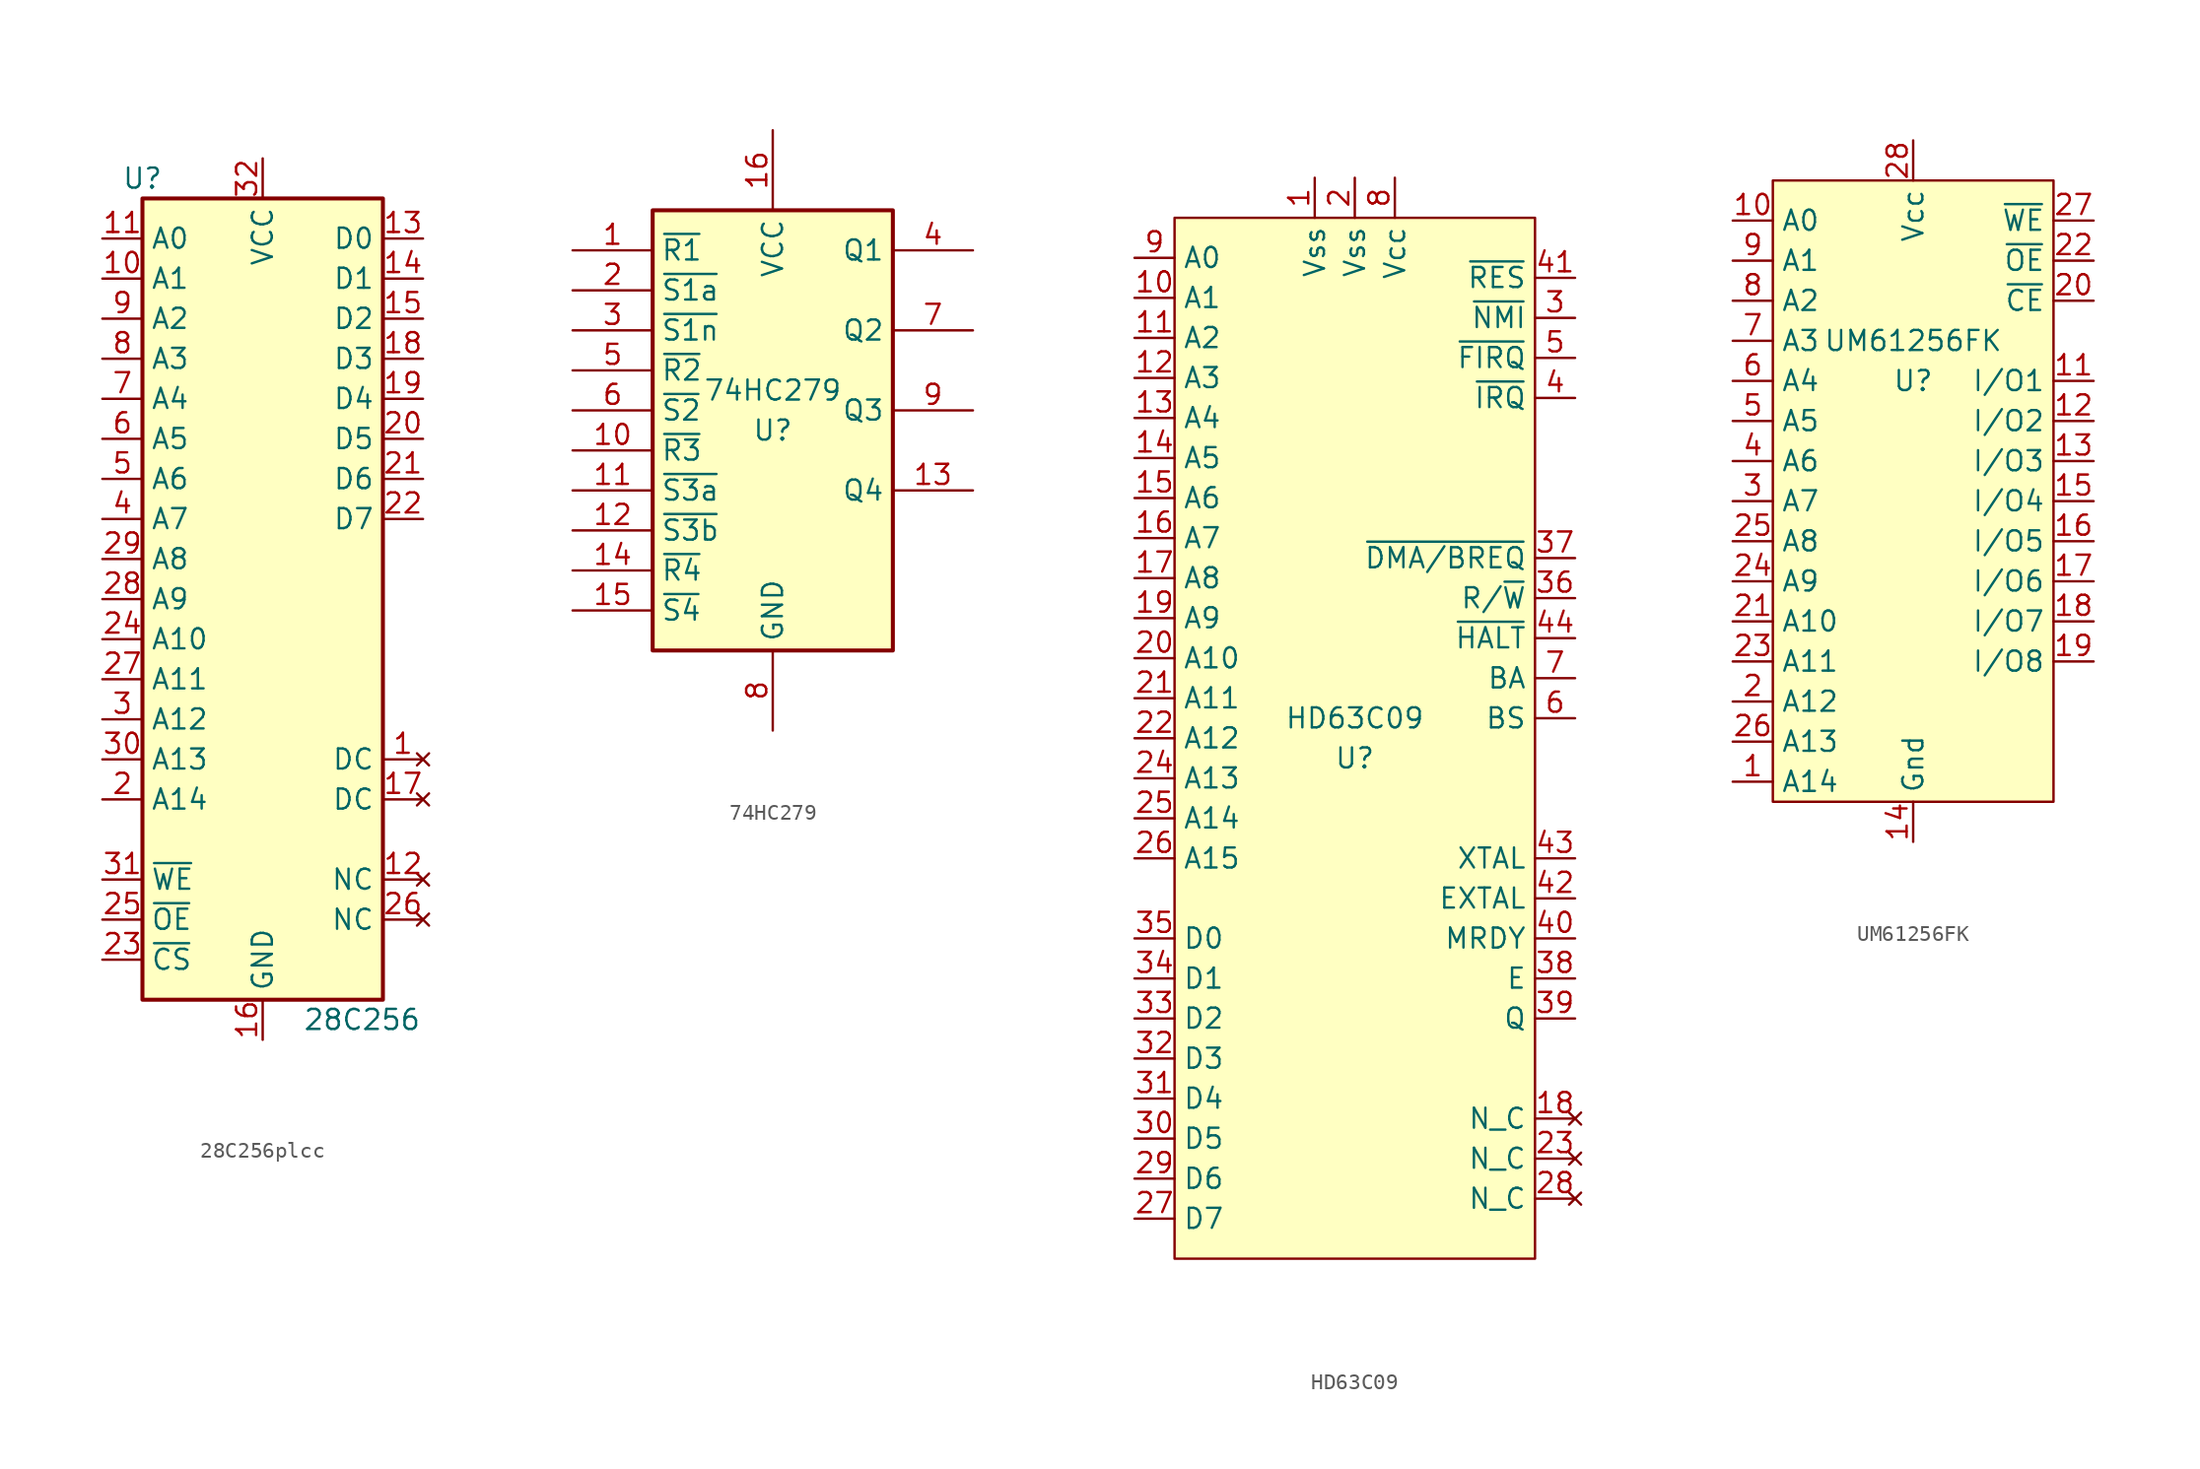
<source format=kicad_sym>
(kicad_symbol_lib
  (version 20220914)
  (generator kicad_symbol_editor)
  (symbol "28C256plcc"
    (property "Reference" "U"
      (at -7.62 26.67 0)
      (effects (font (size 1.27 1.27))))
    (property "Value" "28C256"
      (at 2.54 -26.67 0)
      (effects (font (size 1.27 1.27)) (justify left)))
    (symbol "28C256plcc_1_1"
      (rectangle (start -7.62 25.4) (end 7.62 -25.4) (stroke (width 0.254) (type default)) (fill (type background)))
      (pin no_connect line (at 10.16 -10.16 180) (length 2.54) (name "DC" (effects (font (size 1.27 1.27)))) (number "1" (effects (font (size 1.27 1.27)))))
      (pin input line (at -10.16 20.32 0) (length 2.54) (name "A1" (effects (font (size 1.27 1.27)))) (number "10" (effects (font (size 1.27 1.27)))))
      (pin input line (at -10.16 22.86 0) (length 2.54) (name "A0" (effects (font (size 1.27 1.27)))) (number "11" (effects (font (size 1.27 1.27)))))
      (pin no_connect line (at 10.16 -17.78 180) (length 2.54) (name "NC" (effects (font (size 1.27 1.27)))) (number "12" (effects (font (size 1.27 1.27)))))
      (pin tri_state line (at 10.16 22.86 180) (length 2.54) (name "D0" (effects (font (size 1.27 1.27)))) (number "13" (effects (font (size 1.27 1.27)))))
      (pin tri_state line (at 10.16 20.32 180) (length 2.54) (name "D1" (effects (font (size 1.27 1.27)))) (number "14" (effects (font (size 1.27 1.27)))))
      (pin tri_state line (at 10.16 17.78 180) (length 2.54) (name "D2" (effects (font (size 1.27 1.27)))) (number "15" (effects (font (size 1.27 1.27)))))
      (pin power_in line (at 0 -27.94 90) (length 2.54) (name "GND" (effects (font (size 1.27 1.27)))) (number "16" (effects (font (size 1.27 1.27)))))
      (pin no_connect line (at 10.16 -12.7 180) (length 2.54) (name "DC" (effects (font (size 1.27 1.27)))) (number "17" (effects (font (size 1.27 1.27)))))
      (pin tri_state line (at 10.16 15.24 180) (length 2.54) (name "D3" (effects (font (size 1.27 1.27)))) (number "18" (effects (font (size 1.27 1.27)))))
      (pin tri_state line (at 10.16 12.7 180) (length 2.54) (name "D4" (effects (font (size 1.27 1.27)))) (number "19" (effects (font (size 1.27 1.27)))))
      (pin input line (at -10.16 -12.7 0) (length 2.54) (name "A14" (effects (font (size 1.27 1.27)))) (number "2" (effects (font (size 1.27 1.27)))))
      (pin tri_state line (at 10.16 10.16 180) (length 2.54) (name "D5" (effects (font (size 1.27 1.27)))) (number "20" (effects (font (size 1.27 1.27)))))
      (pin tri_state line (at 10.16 7.62 180) (length 2.54) (name "D6" (effects (font (size 1.27 1.27)))) (number "21" (effects (font (size 1.27 1.27)))))
      (pin tri_state line (at 10.16 5.08 180) (length 2.54) (name "D7" (effects (font (size 1.27 1.27)))) (number "22" (effects (font (size 1.27 1.27)))))
      (pin input line (at -10.16 -22.86 0) (length 2.54) (name "~{CS}" (effects (font (size 1.27 1.27)))) (number "23" (effects (font (size 1.27 1.27)))))
      (pin input line (at -10.16 -2.54 0) (length 2.54) (name "A10" (effects (font (size 1.27 1.27)))) (number "24" (effects (font (size 1.27 1.27)))))
      (pin input line (at -10.16 -20.32 0) (length 2.54) (name "~{OE}" (effects (font (size 1.27 1.27)))) (number "25" (effects (font (size 1.27 1.27)))))
      (pin no_connect line (at 10.16 -20.32 180) (length 2.54) (name "NC" (effects (font (size 1.27 1.27)))) (number "26" (effects (font (size 1.27 1.27)))))
      (pin input line (at -10.16 -5.08 0) (length 2.54) (name "A11" (effects (font (size 1.27 1.27)))) (number "27" (effects (font (size 1.27 1.27)))))
      (pin input line (at -10.16 0 0) (length 2.54) (name "A9" (effects (font (size 1.27 1.27)))) (number "28" (effects (font (size 1.27 1.27)))))
      (pin input line (at -10.16 2.54 0) (length 2.54) (name "A8" (effects (font (size 1.27 1.27)))) (number "29" (effects (font (size 1.27 1.27)))))
      (pin input line (at -10.16 -7.62 0) (length 2.54) (name "A12" (effects (font (size 1.27 1.27)))) (number "3" (effects (font (size 1.27 1.27)))))
      (pin input line (at -10.16 -10.16 0) (length 2.54) (name "A13" (effects (font (size 1.27 1.27)))) (number "30" (effects (font (size 1.27 1.27)))))
      (pin input line (at -10.16 -17.78 0) (length 2.54) (name "~{WE}" (effects (font (size 1.27 1.27)))) (number "31" (effects (font (size 1.27 1.27)))))
      (pin power_in line (at 0 27.94 270) (length 2.54) (name "VCC" (effects (font (size 1.27 1.27)))) (number "32" (effects (font (size 1.27 1.27)))))
      (pin input line (at -10.16 5.08 0) (length 2.54) (name "A7" (effects (font (size 1.27 1.27)))) (number "4" (effects (font (size 1.27 1.27)))))
      (pin input line (at -10.16 7.62 0) (length 2.54) (name "A6" (effects (font (size 1.27 1.27)))) (number "5" (effects (font (size 1.27 1.27)))))
      (pin input line (at -10.16 10.16 0) (length 2.54) (name "A5" (effects (font (size 1.27 1.27)))) (number "6" (effects (font (size 1.27 1.27)))))
      (pin input line (at -10.16 12.7 0) (length 2.54) (name "A4" (effects (font (size 1.27 1.27)))) (number "7" (effects (font (size 1.27 1.27)))))
      (pin input line (at -10.16 15.24 0) (length 2.54) (name "A3" (effects (font (size 1.27 1.27)))) (number "8" (effects (font (size 1.27 1.27)))))
      (pin input line (at -10.16 17.78 0) (length 2.54) (name "A2" (effects (font (size 1.27 1.27)))) (number "9" (effects (font (size 1.27 1.27)))))))
  (symbol "74HC279"
    (property "Reference" "U"
      (at 0 0 0)
      (effects (font (size 1.27 1.27))))
    (property "Value" "74HC279"
      (at 0 2.54 0)
      (effects (font (size 1.27 1.27))))
    (symbol "74HC279_1_0"
      (pin input line (at -12.7 11.43 0) (length 5.08) (name "~{R1}" (effects (font (size 1.27 1.27)))) (number "1" (effects (font (size 1.27 1.27)))))
      (pin input line (at -12.7 -1.27 0) (length 5.08) (name "~{R3}" (effects (font (size 1.27 1.27)))) (number "10" (effects (font (size 1.27 1.27)))))
      (pin input line (at -12.7 -3.81 0) (length 5.08) (name "~{S3a}" (effects (font (size 1.27 1.27)))) (number "11" (effects (font (size 1.27 1.27)))))
      (pin input line (at -12.7 -6.35 0) (length 5.08) (name "~{S3b}" (effects (font (size 1.27 1.27)))) (number "12" (effects (font (size 1.27 1.27)))))
      (pin output line (at 12.7 -3.81 180) (length 5.08) (name "Q4" (effects (font (size 1.27 1.27)))) (number "13" (effects (font (size 1.27 1.27)))))
      (pin input line (at -12.7 -8.89 0) (length 5.08) (name "~{R4}" (effects (font (size 1.27 1.27)))) (number "14" (effects (font (size 1.27 1.27)))))
      (pin input line (at -12.7 -11.43 0) (length 5.08) (name "~{S4}" (effects (font (size 1.27 1.27)))) (number "15" (effects (font (size 1.27 1.27)))))
      (pin power_in line (at 0 19.05 270) (length 5.08) (name "VCC" (effects (font (size 1.27 1.27)))) (number "16" (effects (font (size 1.27 1.27)))))
      (pin input line (at -12.7 8.89 0) (length 5.08) (name "~{S1a}" (effects (font (size 1.27 1.27)))) (number "2" (effects (font (size 1.27 1.27)))))
      (pin input line (at -12.7 6.35 0) (length 5.08) (name "~{S1n}" (effects (font (size 1.27 1.27)))) (number "3" (effects (font (size 1.27 1.27)))))
      (pin output line (at 12.7 11.43 180) (length 5.08) (name "Q1" (effects (font (size 1.27 1.27)))) (number "4" (effects (font (size 1.27 1.27)))))
      (pin input line (at -12.7 3.81 0) (length 5.08) (name "~{R2}" (effects (font (size 1.27 1.27)))) (number "5" (effects (font (size 1.27 1.27)))))
      (pin input line (at -12.7 1.27 0) (length 5.08) (name "~{S2}" (effects (font (size 1.27 1.27)))) (number "6" (effects (font (size 1.27 1.27)))))
      (pin output line (at 12.7 6.35 180) (length 5.08) (name "Q2" (effects (font (size 1.27 1.27)))) (number "7" (effects (font (size 1.27 1.27)))))
      (pin power_in line (at 0 -19.05 90) (length 5.08) (name "GND" (effects (font (size 1.27 1.27)))) (number "8" (effects (font (size 1.27 1.27)))))
      (pin output line (at 12.7 1.27 180) (length 5.08) (name "Q3" (effects (font (size 1.27 1.27)))) (number "9" (effects (font (size 1.27 1.27))))))
    (symbol "74HC279_1_1"
      (rectangle (start -7.62 13.97) (end 7.62 -13.97) (stroke (width 0.254) (type default)) (fill (type background)))))
  (symbol "HD63C09"
    (property "Reference" "U"
      (at 0 -6.35 0)
      (effects (font (size 1.27 1.27))))
    (property "Value" "HD63C09"
      (at 0 -3.81 0)
      (effects (font (size 1.27 1.27))))
    (symbol "HD63C09_0_1"
      (rectangle (start -11.43 27.94) (end 11.43 -38.1) (stroke (width 0) (type default)) (fill (type background))))
    (symbol "HD63C09_1_1"
      (pin power_in line (at -2.54 30.48 270) (length 2.54) (name "Vss" (effects (font (size 1.27 1.27)))) (number "1" (effects (font (size 1.27 1.27)))))
      (pin output line (at -13.97 22.86 0) (length 2.54) (name "A1" (effects (font (size 1.27 1.27)))) (number "10" (effects (font (size 1.27 1.27)))))
      (pin output line (at -13.97 20.32 0) (length 2.54) (name "A2" (effects (font (size 1.27 1.27)))) (number "11" (effects (font (size 1.27 1.27)))))
      (pin output line (at -13.97 17.78 0) (length 2.54) (name "A3" (effects (font (size 1.27 1.27)))) (number "12" (effects (font (size 1.27 1.27)))))
      (pin output line (at -13.97 15.24 0) (length 2.54) (name "A4" (effects (font (size 1.27 1.27)))) (number "13" (effects (font (size 1.27 1.27)))))
      (pin output line (at -13.97 12.7 0) (length 2.54) (name "A5" (effects (font (size 1.27 1.27)))) (number "14" (effects (font (size 1.27 1.27)))))
      (pin output line (at -13.97 10.16 0) (length 2.54) (name "A6" (effects (font (size 1.27 1.27)))) (number "15" (effects (font (size 1.27 1.27)))))
      (pin output line (at -13.97 7.62 0) (length 2.54) (name "A7" (effects (font (size 1.27 1.27)))) (number "16" (effects (font (size 1.27 1.27)))))
      (pin output line (at -13.97 5.08 0) (length 2.54) (name "A8" (effects (font (size 1.27 1.27)))) (number "17" (effects (font (size 1.27 1.27)))))
      (pin no_connect line (at 13.97 -29.21 180) (length 2.54) (name "N_C" (effects (font (size 1.27 1.27)))) (number "18" (effects (font (size 1.27 1.27)))))
      (pin output line (at -13.97 2.54 0) (length 2.54) (name "A9" (effects (font (size 1.27 1.27)))) (number "19" (effects (font (size 1.27 1.27)))))
      (pin power_in line (at 0 30.48 270) (length 2.54) (name "Vss" (effects (font (size 1.27 1.27)))) (number "2" (effects (font (size 1.27 1.27)))))
      (pin output line (at -13.97 0 0) (length 2.54) (name "A10" (effects (font (size 1.27 1.27)))) (number "20" (effects (font (size 1.27 1.27)))))
      (pin output line (at -13.97 -2.54 0) (length 2.54) (name "A11" (effects (font (size 1.27 1.27)))) (number "21" (effects (font (size 1.27 1.27)))))
      (pin output line (at -13.97 -5.08 0) (length 2.54) (name "A12" (effects (font (size 1.27 1.27)))) (number "22" (effects (font (size 1.27 1.27)))))
      (pin no_connect line (at 13.97 -31.75 180) (length 2.54) (name "N_C" (effects (font (size 1.27 1.27)))) (number "23" (effects (font (size 1.27 1.27)))))
      (pin output line (at -13.97 -7.62 0) (length 2.54) (name "A13" (effects (font (size 1.27 1.27)))) (number "24" (effects (font (size 1.27 1.27)))))
      (pin output line (at -13.97 -10.16 0) (length 2.54) (name "A14" (effects (font (size 1.27 1.27)))) (number "25" (effects (font (size 1.27 1.27)))))
      (pin output line (at -13.97 -12.7 0) (length 2.54) (name "A15" (effects (font (size 1.27 1.27)))) (number "26" (effects (font (size 1.27 1.27)))))
      (pin bidirectional line (at -13.97 -35.56 0) (length 2.54) (name "D7" (effects (font (size 1.27 1.27)))) (number "27" (effects (font (size 1.27 1.27)))))
      (pin no_connect line (at 13.97 -34.29 180) (length 2.54) (name "N_C" (effects (font (size 1.27 1.27)))) (number "28" (effects (font (size 1.27 1.27)))))
      (pin bidirectional line (at -13.97 -33.02 0) (length 2.54) (name "D6" (effects (font (size 1.27 1.27)))) (number "29" (effects (font (size 1.27 1.27)))))
      (pin input line (at 13.97 21.59 180) (length 2.54) (name "~{NMI}" (effects (font (size 1.27 1.27)))) (number "3" (effects (font (size 1.27 1.27)))))
      (pin bidirectional line (at -13.97 -30.48 0) (length 2.54) (name "D5" (effects (font (size 1.27 1.27)))) (number "30" (effects (font (size 1.27 1.27)))))
      (pin bidirectional line (at -13.97 -27.94 0) (length 2.54) (name "D4" (effects (font (size 1.27 1.27)))) (number "31" (effects (font (size 1.27 1.27)))))
      (pin bidirectional line (at -13.97 -25.4 0) (length 2.54) (name "D3" (effects (font (size 1.27 1.27)))) (number "32" (effects (font (size 1.27 1.27)))))
      (pin bidirectional line (at -13.97 -22.86 0) (length 2.54) (name "D2" (effects (font (size 1.27 1.27)))) (number "33" (effects (font (size 1.27 1.27)))))
      (pin bidirectional line (at -13.97 -20.32 0) (length 2.54) (name "D1" (effects (font (size 1.27 1.27)))) (number "34" (effects (font (size 1.27 1.27)))))
      (pin bidirectional line (at -13.97 -17.78 0) (length 2.54) (name "D0" (effects (font (size 1.27 1.27)))) (number "35" (effects (font (size 1.27 1.27)))))
      (pin output line (at 13.97 3.81 180) (length 2.54) (name "R/~{W}" (effects (font (size 1.27 1.27)))) (number "36" (effects (font (size 1.27 1.27)))))
      (pin input line (at 13.97 6.35 180) (length 2.54) (name "~{DMA/BREQ}" (effects (font (size 1.27 1.27)))) (number "37" (effects (font (size 1.27 1.27)))))
      (pin output line (at 13.97 -20.32 180) (length 2.54) (name "E" (effects (font (size 1.27 1.27)))) (number "38" (effects (font (size 1.27 1.27)))))
      (pin output line (at 13.97 -22.86 180) (length 2.54) (name "Q" (effects (font (size 1.27 1.27)))) (number "39" (effects (font (size 1.27 1.27)))))
      (pin input line (at 13.97 16.51 180) (length 2.54) (name "~{IRQ}" (effects (font (size 1.27 1.27)))) (number "4" (effects (font (size 1.27 1.27)))))
      (pin input line (at 13.97 -17.78 180) (length 2.54) (name "MRDY" (effects (font (size 1.27 1.27)))) (number "40" (effects (font (size 1.27 1.27)))))
      (pin input line (at 13.97 24.13 180) (length 2.54) (name "~{RES}" (effects (font (size 1.27 1.27)))) (number "41" (effects (font (size 1.27 1.27)))))
      (pin input line (at 13.97 -15.24 180) (length 2.54) (name "EXTAL" (effects (font (size 1.27 1.27)))) (number "42" (effects (font (size 1.27 1.27)))))
      (pin input line (at 13.97 -12.7 180) (length 2.54) (name "XTAL" (effects (font (size 1.27 1.27)))) (number "43" (effects (font (size 1.27 1.27)))))
      (pin input line (at 13.97 1.27 180) (length 2.54) (name "~{HALT}" (effects (font (size 1.27 1.27)))) (number "44" (effects (font (size 1.27 1.27)))))
      (pin input line (at 13.97 19.05 180) (length 2.54) (name "~{FIRQ}" (effects (font (size 1.27 1.27)))) (number "5" (effects (font (size 1.27 1.27)))))
      (pin output line (at 13.97 -3.81 180) (length 2.54) (name "BS" (effects (font (size 1.27 1.27)))) (number "6" (effects (font (size 1.27 1.27)))))
      (pin output line (at 13.97 -1.27 180) (length 2.54) (name "BA" (effects (font (size 1.27 1.27)))) (number "7" (effects (font (size 1.27 1.27)))))
      (pin power_in line (at 2.54 30.48 270) (length 2.54) (name "Vcc" (effects (font (size 1.27 1.27)))) (number "8" (effects (font (size 1.27 1.27)))))
      (pin output line (at -13.97 25.4 0) (length 2.54) (name "A0" (effects (font (size 1.27 1.27)))) (number "9" (effects (font (size 1.27 1.27)))))))
  (symbol "UM61256FK"
    (property "Reference" "U"
      (at 0 8.89 0)
      (effects (font (size 1.27 1.27))))
    (property "Value" "UM61256FK"
      (at 0 11.43 0)
      (effects (font (size 1.27 1.27))))
    (symbol "UM61256FK_0_1"
      (rectangle (start -8.89 21.59) (end 8.89 -17.78) (stroke (width 0) (type default)) (fill (type background))))
    (symbol "UM61256FK_1_1"
      (pin input line (at -11.43 -16.51 0) (length 2.54) (name "A14" (effects (font (size 1.27 1.27)))) (number "1" (effects (font (size 1.27 1.27)))))
      (pin input line (at -11.43 19.05 0) (length 2.54) (name "A0" (effects (font (size 1.27 1.27)))) (number "10" (effects (font (size 1.27 1.27)))))
      (pin bidirectional line (at 11.43 8.89 180) (length 2.54) (name "I/O1" (effects (font (size 1.27 1.27)))) (number "11" (effects (font (size 1.27 1.27)))))
      (pin bidirectional line (at 11.43 6.35 180) (length 2.54) (name "I/O2" (effects (font (size 1.27 1.27)))) (number "12" (effects (font (size 1.27 1.27)))))
      (pin bidirectional line (at 11.43 3.81 180) (length 2.54) (name "I/O3" (effects (font (size 1.27 1.27)))) (number "13" (effects (font (size 1.27 1.27)))))
      (pin power_in line (at 0 -20.32 90) (length 2.54) (name "Gnd" (effects (font (size 1.27 1.27)))) (number "14" (effects (font (size 1.27 1.27)))))
      (pin bidirectional line (at 11.43 1.27 180) (length 2.54) (name "I/O4" (effects (font (size 1.27 1.27)))) (number "15" (effects (font (size 1.27 1.27)))))
      (pin bidirectional line (at 11.43 -1.27 180) (length 2.54) (name "I/O5" (effects (font (size 1.27 1.27)))) (number "16" (effects (font (size 1.27 1.27)))))
      (pin bidirectional line (at 11.43 -3.81 180) (length 2.54) (name "I/O6" (effects (font (size 1.27 1.27)))) (number "17" (effects (font (size 1.27 1.27)))))
      (pin bidirectional line (at 11.43 -6.35 180) (length 2.54) (name "I/O7" (effects (font (size 1.27 1.27)))) (number "18" (effects (font (size 1.27 1.27)))))
      (pin bidirectional line (at 11.43 -8.89 180) (length 2.54) (name "I/O8" (effects (font (size 1.27 1.27)))) (number "19" (effects (font (size 1.27 1.27)))))
      (pin input line (at -11.43 -11.43 0) (length 2.54) (name "A12" (effects (font (size 1.27 1.27)))) (number "2" (effects (font (size 1.27 1.27)))))
      (pin input line (at 11.43 13.97 180) (length 2.54) (name "~{CE}" (effects (font (size 1.27 1.27)))) (number "20" (effects (font (size 1.27 1.27)))))
      (pin input line (at -11.43 -6.35 0) (length 2.54) (name "A10" (effects (font (size 1.27 1.27)))) (number "21" (effects (font (size 1.27 1.27)))))
      (pin input line (at 11.43 16.51 180) (length 2.54) (name "~{OE}" (effects (font (size 1.27 1.27)))) (number "22" (effects (font (size 1.27 1.27)))))
      (pin input line (at -11.43 -8.89 0) (length 2.54) (name "A11" (effects (font (size 1.27 1.27)))) (number "23" (effects (font (size 1.27 1.27)))))
      (pin input line (at -11.43 -3.81 0) (length 2.54) (name "A9" (effects (font (size 1.27 1.27)))) (number "24" (effects (font (size 1.27 1.27)))))
      (pin input line (at -11.43 -1.27 0) (length 2.54) (name "A8" (effects (font (size 1.27 1.27)))) (number "25" (effects (font (size 1.27 1.27)))))
      (pin input line (at -11.43 -13.97 0) (length 2.54) (name "A13" (effects (font (size 1.27 1.27)))) (number "26" (effects (font (size 1.27 1.27)))))
      (pin input line (at 11.43 19.05 180) (length 2.54) (name "~{WE}" (effects (font (size 1.27 1.27)))) (number "27" (effects (font (size 1.27 1.27)))))
      (pin power_in line (at 0 24.13 270) (length 2.54) (name "Vcc" (effects (font (size 1.27 1.27)))) (number "28" (effects (font (size 1.27 1.27)))))
      (pin input line (at -11.43 1.27 0) (length 2.54) (name "A7" (effects (font (size 1.27 1.27)))) (number "3" (effects (font (size 1.27 1.27)))))
      (pin input line (at -11.43 3.81 0) (length 2.54) (name "A6" (effects (font (size 1.27 1.27)))) (number "4" (effects (font (size 1.27 1.27)))))
      (pin input line (at -11.43 6.35 0) (length 2.54) (name "A5" (effects (font (size 1.27 1.27)))) (number "5" (effects (font (size 1.27 1.27)))))
      (pin input line (at -11.43 8.89 0) (length 2.54) (name "A4" (effects (font (size 1.27 1.27)))) (number "6" (effects (font (size 1.27 1.27)))))
      (pin input line (at -11.43 11.43 0) (length 2.54) (name "A3" (effects (font (size 1.27 1.27)))) (number "7" (effects (font (size 1.27 1.27)))))
      (pin input line (at -11.43 13.97 0) (length 2.54) (name "A2" (effects (font (size 1.27 1.27)))) (number "8" (effects (font (size 1.27 1.27)))))
      (pin input line (at -11.43 16.51 0) (length 2.54) (name "A1" (effects (font (size 1.27 1.27)))) (number "9" (effects (font (size 1.27 1.27))))))))
</source>
